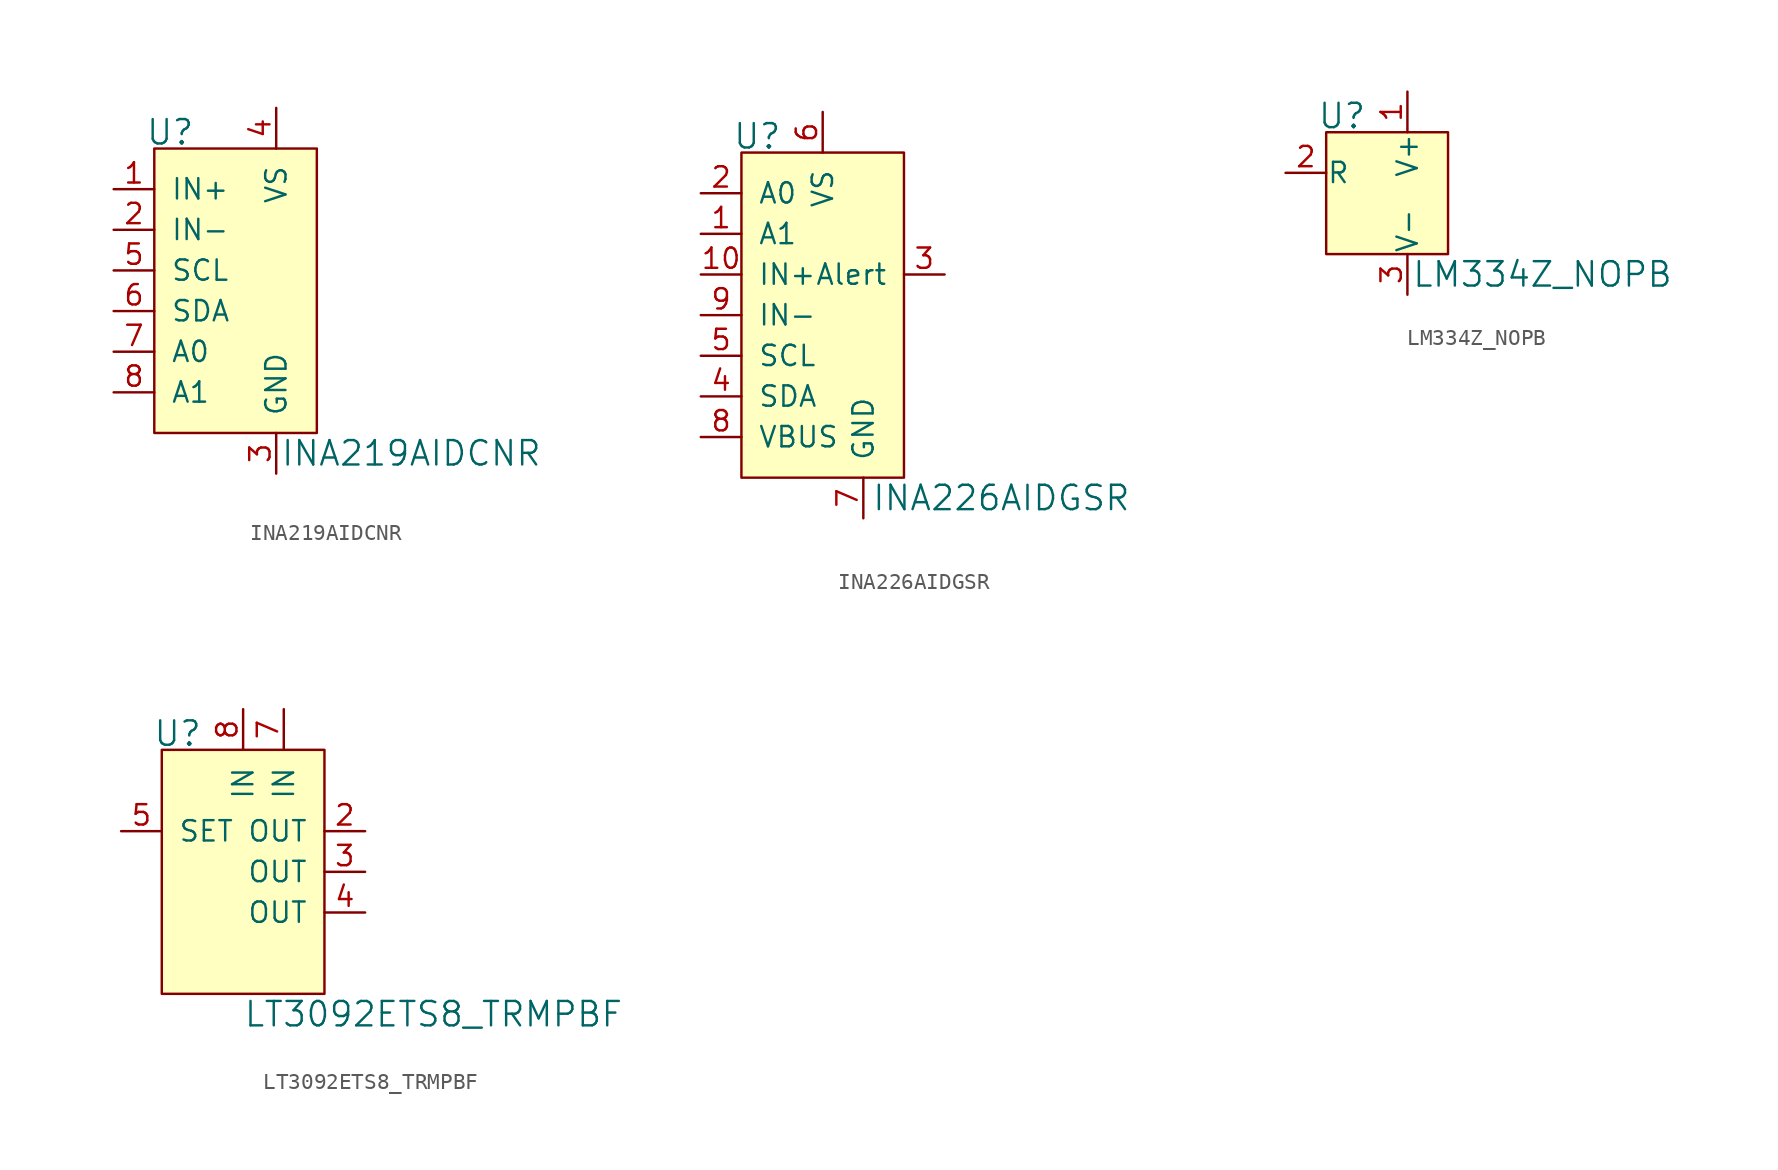
<source format=kicad_sym>
(kicad_symbol_lib
  (version 20211014)
  (generator kicad_symbol_editor)
  (symbol "INA219AIDCNR"
    (pin_names
      (offset 1.016))
    (property "Reference" "U"
      (at -5.08 8.636 0)
      (effects (font (size 1.524 1.524)) (justify right)))
    (property "Value" "INA219AIDCNR"
      (at 0.254 -11.43 0)
      (effects (font (size 1.524 1.524)) (justify left)))
    (symbol "INA219AIDCNR_0_1"
      (rectangle (start -7.62 7.62) (end 2.54 -10.16) (stroke (width 0) (type default) (color 0 0 0 0)) (fill (type background))))
    (symbol "INA219AIDCNR_1_1"
      (pin input line (at -10.16 5.08 0) (length 2.54) (name "IN+" (effects (font (size 1.27 1.27)))) (number "1" (effects (font (size 1.27 1.27)))))
      (pin input line (at -10.16 2.54 0) (length 2.54) (name "IN-" (effects (font (size 1.27 1.27)))) (number "2" (effects (font (size 1.27 1.27)))))
      (pin power_in line (at 0 -12.7 90) (length 2.54) (name "GND" (effects (font (size 1.27 1.27)))) (number "3" (effects (font (size 1.27 1.27)))))
      (pin power_in line (at 0 10.16 270) (length 2.54) (name "VS" (effects (font (size 1.27 1.27)))) (number "4" (effects (font (size 1.27 1.27)))))
      (pin input line (at -10.16 0 0) (length 2.54) (name "SCL" (effects (font (size 1.27 1.27)))) (number "5" (effects (font (size 1.27 1.27)))))
      (pin bidirectional line (at -10.16 -2.54 0) (length 2.54) (name "SDA" (effects (font (size 1.27 1.27)))) (number "6" (effects (font (size 1.27 1.27)))))
      (pin input line (at -10.16 -5.08 0) (length 2.54) (name "A0" (effects (font (size 1.27 1.27)))) (number "7" (effects (font (size 1.27 1.27)))))
      (pin input line (at -10.16 -7.62 0) (length 2.54) (name "A1" (effects (font (size 1.27 1.27)))) (number "8" (effects (font (size 1.27 1.27)))))))
  (symbol "INA226AIDGSR"
    (pin_names
      (offset 1.016))
    (property "Reference" "U"
      (at -2.54 3.556 0)
      (effects (font (size 1.524 1.524)) (justify right)))
    (property "Value" "INA226AIDGSR"
      (at 3.048 -19.05 0)
      (effects (font (size 1.524 1.524)) (justify left)))
    (symbol "INA226AIDGSR_0_1"
      (rectangle (start -5.08 2.54) (end 5.08 -17.78) (stroke (width 0) (type default) (color 0 0 0 0)) (fill (type background))))
    (symbol "INA226AIDGSR_1_1"
      (pin input line (at -7.62 -2.54 0) (length 2.54) (name "A1" (effects (font (size 1.27 1.27)))) (number "1" (effects (font (size 1.27 1.27)))))
      (pin passive line (at -7.62 -5.08 0) (length 2.54) (name "IN+" (effects (font (size 1.27 1.27)))) (number "10" (effects (font (size 1.27 1.27)))))
      (pin input line (at -7.62 0 0) (length 2.54) (name "A0" (effects (font (size 1.27 1.27)))) (number "2" (effects (font (size 1.27 1.27)))))
      (pin output line (at 7.62 -5.08 180) (length 2.54) (name "Alert" (effects (font (size 1.27 1.27)))) (number "3" (effects (font (size 1.27 1.27)))))
      (pin bidirectional line (at -7.62 -12.7 0) (length 2.54) (name "SDA" (effects (font (size 1.27 1.27)))) (number "4" (effects (font (size 1.27 1.27)))))
      (pin input line (at -7.62 -10.16 0) (length 2.54) (name "SCL" (effects (font (size 1.27 1.27)))) (number "5" (effects (font (size 1.27 1.27)))))
      (pin power_in line (at 0 5.08 270) (length 2.54) (name "VS" (effects (font (size 1.27 1.27)))) (number "6" (effects (font (size 1.27 1.27)))))
      (pin power_in line (at 2.54 -20.32 90) (length 2.54) (name "GND" (effects (font (size 1.27 1.27)))) (number "7" (effects (font (size 1.27 1.27)))))
      (pin input line (at -7.62 -15.24 0) (length 2.54) (name "VBUS" (effects (font (size 1.27 1.27)))) (number "8" (effects (font (size 1.27 1.27)))))
      (pin passive line (at -7.62 -7.62 0) (length 2.54) (name "IN-" (effects (font (size 1.27 1.27)))) (number "9" (effects (font (size 1.27 1.27)))))))
  (symbol "LM334Z_NOPB"
    (pin_names
      (offset 0.025))
    (property "Reference" "U"
      (at -2.54 3.556 0)
      (effects (font (size 1.524 1.524)) (justify right)))
    (property "Value" "LM334Z_NOPB"
      (at 0.254 -6.35 0)
      (effects (font (size 1.524 1.524)) (justify left)))
    (symbol "LM334Z_NOPB_0_1"
      (rectangle (start -5.08 2.54) (end 2.54 -5.08) (stroke (width 0) (type default) (color 0 0 0 0)) (fill (type background))))
    (symbol "LM334Z_NOPB_1_1"
      (pin power_in line (at 0 5.08 270) (length 2.54) (name "V+" (effects (font (size 1.27 1.27)))) (number "1" (effects (font (size 1.27 1.27)))))
      (pin passive line (at -7.62 0 0) (length 2.54) (name "R" (effects (font (size 1.27 1.27)))) (number "2" (effects (font (size 1.27 1.27)))))
      (pin power_out line (at 0 -7.62 90) (length 2.54) (name "V-" (effects (font (size 1.27 1.27)))) (number "3" (effects (font (size 1.27 1.27)))))))
  (symbol "LT3092ETS8_TRMPBF"
    (pin_names
      (offset 1.016))
    (property "Reference" "U"
      (at -2.54 11.176 0)
      (effects (font (size 1.524 1.524)) (justify right)))
    (property "Value" "LT3092ETS8_TRMPBF"
      (at 0 -6.35 0)
      (effects (font (size 1.524 1.524)) (justify left)))
    (symbol "LT3092ETS8_TRMPBF_0_1"
      (rectangle (start -5.08 10.16) (end 5.08 -5.08) (stroke (width 0) (type default) (color 0 0 0 0)) (fill (type background))))
    (symbol "LT3092ETS8_TRMPBF_1_1"
      (pin no_connect line (at -7.62 0 0) (length 2.54) hide (name "NC" (effects (font (size 1.27 1.27)))) (number "1" (effects (font (size 1.27 1.27)))))
      (pin power_out line (at 7.62 5.08 180) (length 2.54) (name "OUT" (effects (font (size 1.27 1.27)))) (number "2" (effects (font (size 1.27 1.27)))))
      (pin power_out line (at 7.62 2.54 180) (length 2.54) (name "OUT" (effects (font (size 1.27 1.27)))) (number "3" (effects (font (size 1.27 1.27)))))
      (pin power_out line (at 7.62 0 180) (length 2.54) (name "OUT" (effects (font (size 1.27 1.27)))) (number "4" (effects (font (size 1.27 1.27)))))
      (pin passive line (at -7.62 5.08 0) (length 2.54) (name "SET" (effects (font (size 1.27 1.27)))) (number "5" (effects (font (size 1.27 1.27)))))
      (pin no_connect line (at -7.62 -2.54 0) (length 2.54) hide (name "NC" (effects (font (size 1.27 1.27)))) (number "6" (effects (font (size 1.27 1.27)))))
      (pin power_in line (at 2.54 12.7 270) (length 2.54) (name "IN" (effects (font (size 1.27 1.27)))) (number "7" (effects (font (size 1.27 1.27)))))
      (pin power_in line (at 0 12.7 270) (length 2.54) (name "IN" (effects (font (size 1.27 1.27)))) (number "8" (effects (font (size 1.27 1.27))))))))
</source>
